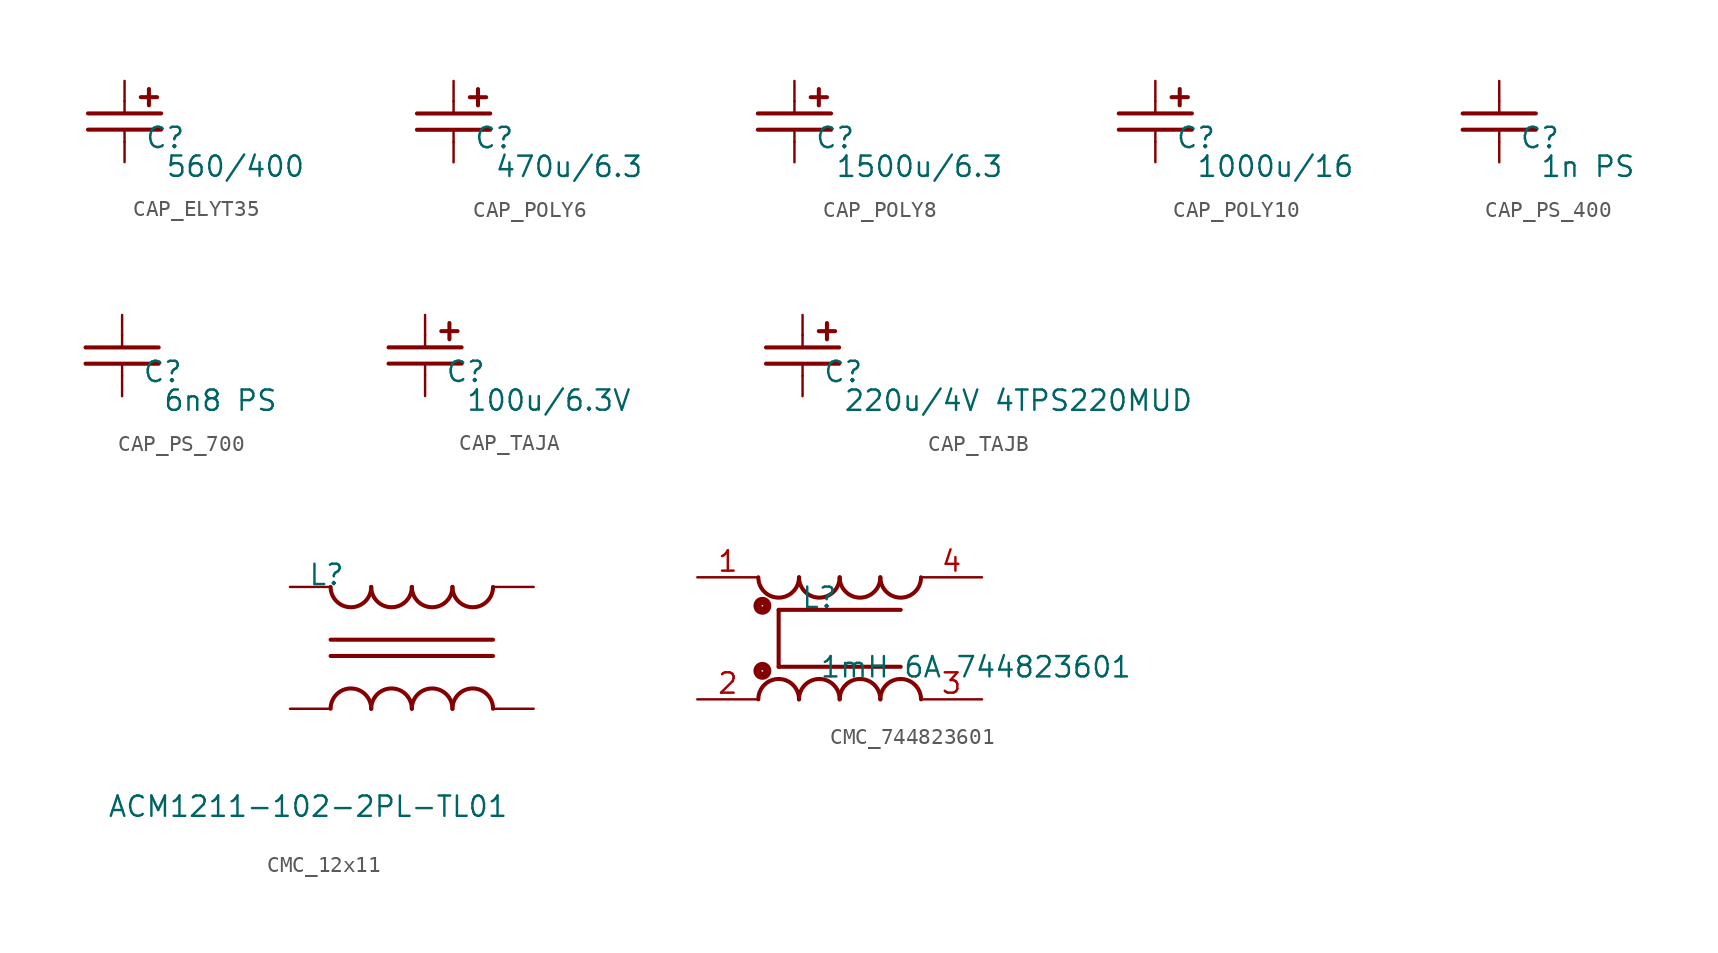
<source format=kicad_sym>
(kicad_symbol_lib
  (version 20231120)
  (generator "kicad_symbol_editor")
  (generator_version "8.0")
  (symbol "CAP_ELYT35"
    (property "Reference" "C"
      (at 2.54 -1.016 0)
      (effects (font (size 1.27 1.27))))
    (property "Value" "560/400"
      (at 2.54 -3.556 0)
      (effects (font (size 1.27 1.27)) (justify left bottom)))
    (symbol "CAP_ELYT35_1_0"
      (polyline (pts (xy -2.286 -0.508) (xy 2.286 -0.508)) (stroke (width 0.254) (type solid)) (fill (type none)))
      (polyline (pts (xy -2.286 0.508) (xy 2.286 0.508)) (stroke (width 0.254) (type solid)) (fill (type none)))
      (polyline (pts (xy 0 -0.508) (xy 0 -1.27)) (stroke (width 0) (type solid)) (fill (type none)))
      (polyline (pts (xy 0 1.27) (xy 0 0.508)) (stroke (width 0) (type solid)) (fill (type none)))
      (polyline (pts (xy 1.016 1.524) (xy 2.032 1.524)) (stroke (width 0.254) (type solid)) (fill (type none)))
      (polyline (pts (xy 1.524 1.016) (xy 1.524 2.032)) (stroke (width 0.254) (type solid)) (fill (type none)))
      (pin passive line (at 0 2.54 270) (length 1.27) (name "" (effects (font (size 0 0)))) (number "1" (effects (font (size 0 0)))))
      (pin passive line (at 0 -2.54 90) (length 1.27) (name "" (effects (font (size 0 0)))) (number "2" (effects (font (size 0 0)))))))
  (symbol "CAP_POLY6"
    (property "Reference" "C"
      (at 2.54 -1.016 0)
      (effects (font (size 1.27 1.27))))
    (property "Value" "470u/6.3"
      (at 2.54 -3.556 0)
      (effects (font (size 1.27 1.27)) (justify left bottom)))
    (symbol "CAP_POLY6_1_0"
      (polyline (pts (xy -2.286 -0.508) (xy 2.286 -0.508)) (stroke (width 0.254) (type solid)) (fill (type none)))
      (polyline (pts (xy -2.286 0.508) (xy 2.286 0.508)) (stroke (width 0.254) (type solid)) (fill (type none)))
      (polyline (pts (xy 0 -0.508) (xy 0 -1.27)) (stroke (width 0) (type solid)) (fill (type none)))
      (polyline (pts (xy 0 1.27) (xy 0 0.508)) (stroke (width 0) (type solid)) (fill (type none)))
      (polyline (pts (xy 1.016 1.524) (xy 2.032 1.524)) (stroke (width 0.254) (type solid)) (fill (type none)))
      (polyline (pts (xy 1.524 1.016) (xy 1.524 2.032)) (stroke (width 0.254) (type solid)) (fill (type none)))
      (pin passive line (at 0 2.54 270) (length 1.27) (name "" (effects (font (size 0 0)))) (number "1" (effects (font (size 0 0)))))
      (pin passive line (at 0 -2.54 90) (length 1.27) (name "" (effects (font (size 0 0)))) (number "2" (effects (font (size 0 0)))))))
  (symbol "CAP_POLY8"
    (property "Reference" "C"
      (at 2.54 -1.016 0)
      (effects (font (size 1.27 1.27))))
    (property "Value" "1500u/6.3"
      (at 2.54 -3.556 0)
      (effects (font (size 1.27 1.27)) (justify left bottom)))
    (symbol "CAP_POLY8_1_0"
      (polyline (pts (xy -2.286 -0.508) (xy 2.286 -0.508)) (stroke (width 0.254) (type solid)) (fill (type none)))
      (polyline (pts (xy -2.286 0.508) (xy 2.286 0.508)) (stroke (width 0.254) (type solid)) (fill (type none)))
      (polyline (pts (xy 0 -0.508) (xy 0 -1.27)) (stroke (width 0) (type solid)) (fill (type none)))
      (polyline (pts (xy 0 1.27) (xy 0 0.508)) (stroke (width 0) (type solid)) (fill (type none)))
      (polyline (pts (xy 1.016 1.524) (xy 2.032 1.524)) (stroke (width 0.254) (type solid)) (fill (type none)))
      (polyline (pts (xy 1.524 1.016) (xy 1.524 2.032)) (stroke (width 0.254) (type solid)) (fill (type none)))
      (pin passive line (at 0 2.54 270) (length 1.27) (name "" (effects (font (size 0 0)))) (number "1" (effects (font (size 0 0)))))
      (pin passive line (at 0 -2.54 90) (length 1.27) (name "" (effects (font (size 0 0)))) (number "2" (effects (font (size 0 0)))))))
  (symbol "CAP_POLY10"
    (property "Reference" "C"
      (at 2.54 -1.016 0)
      (effects (font (size 1.27 1.27))))
    (property "Value" "1000u/16"
      (at 2.54 -3.556 0)
      (effects (font (size 1.27 1.27)) (justify left bottom)))
    (symbol "CAP_POLY10_1_0"
      (polyline (pts (xy -2.286 -0.508) (xy 2.286 -0.508)) (stroke (width 0.254) (type solid)) (fill (type none)))
      (polyline (pts (xy -2.286 0.508) (xy 2.286 0.508)) (stroke (width 0.254) (type solid)) (fill (type none)))
      (polyline (pts (xy 0 -0.508) (xy 0 -1.27)) (stroke (width 0) (type solid)) (fill (type none)))
      (polyline (pts (xy 0 1.27) (xy 0 0.508)) (stroke (width 0) (type solid)) (fill (type none)))
      (polyline (pts (xy 1.016 1.524) (xy 2.032 1.524)) (stroke (width 0.254) (type solid)) (fill (type none)))
      (polyline (pts (xy 1.524 1.016) (xy 1.524 2.032)) (stroke (width 0.254) (type solid)) (fill (type none)))
      (pin passive line (at 0 2.54 270) (length 1.27) (name "" (effects (font (size 0 0)))) (number "1" (effects (font (size 0 0)))))
      (pin passive line (at 0 -2.54 90) (length 1.27) (name "" (effects (font (size 0 0)))) (number "2" (effects (font (size 0 0)))))))
  (symbol "CAP_PS_400"
    (property "Reference" "C"
      (at 2.54 -1.016 0)
      (effects (font (size 1.27 1.27))))
    (property "Value" "1n PS"
      (at 2.54 -3.556 0)
      (effects (font (size 1.27 1.27)) (justify left bottom)))
    (symbol "CAP_PS_400_1_0"
      (polyline (pts (xy -2.286 -0.508) (xy 2.286 -0.508)) (stroke (width 0.254) (type solid)) (fill (type none)))
      (polyline (pts (xy -2.286 0.508) (xy 2.286 0.508)) (stroke (width 0.254) (type solid)) (fill (type none)))
      (polyline (pts (xy 0 -0.508) (xy 0 -1.27)) (stroke (width 0) (type solid)) (fill (type none)))
      (polyline (pts (xy 0 1.27) (xy 0 0.508)) (stroke (width 0) (type solid)) (fill (type none)))
      (pin passive line (at 0 2.54 270) (length 1.27) (name "" (effects (font (size 0 0)))) (number "1" (effects (font (size 0 0)))))
      (pin passive line (at 0 -2.54 90) (length 1.27) (name "" (effects (font (size 0 0)))) (number "2" (effects (font (size 0 0)))))))
  (symbol "CAP_PS_700"
    (property "Reference" "C"
      (at 2.54 -1.016 0)
      (effects (font (size 1.27 1.27))))
    (property "Value" "6n8 PS"
      (at 2.54 -3.556 0)
      (effects (font (size 1.27 1.27)) (justify left bottom)))
    (symbol "CAP_PS_700_1_0"
      (polyline (pts (xy -2.286 -0.508) (xy 2.286 -0.508)) (stroke (width 0.254) (type solid)) (fill (type none)))
      (polyline (pts (xy -2.286 0.508) (xy 2.286 0.508)) (stroke (width 0.254) (type solid)) (fill (type none)))
      (polyline (pts (xy 0 -0.508) (xy 0 -1.27)) (stroke (width 0) (type solid)) (fill (type none)))
      (polyline (pts (xy 0 1.27) (xy 0 0.508)) (stroke (width 0) (type solid)) (fill (type none)))
      (pin passive line (at 0 2.54 270) (length 1.27) (name "" (effects (font (size 0 0)))) (number "1" (effects (font (size 0 0)))))
      (pin passive line (at 0 -2.54 90) (length 1.27) (name "" (effects (font (size 0 0)))) (number "2" (effects (font (size 0 0)))))))
  (symbol "CAP_TAJA"
    (property "Reference" "C"
      (at 2.54 -1.016 0)
      (effects (font (size 1.27 1.27))))
    (property "Value" "100u/6.3V"
      (at 2.54 -3.556 0)
      (effects (font (size 1.27 1.27)) (justify left bottom)))
    (symbol "CAP_TAJA_1_0"
      (polyline (pts (xy -2.286 -0.508) (xy 2.286 -0.508)) (stroke (width 0.254) (type solid)) (fill (type none)))
      (polyline (pts (xy -2.286 0.508) (xy 2.286 0.508)) (stroke (width 0.254) (type solid)) (fill (type none)))
      (polyline (pts (xy 0 -0.508) (xy 0 -1.27)) (stroke (width 0) (type solid)) (fill (type none)))
      (polyline (pts (xy 0 1.27) (xy 0 0.508)) (stroke (width 0) (type solid)) (fill (type none)))
      (polyline (pts (xy 1.016 1.524) (xy 2.032 1.524)) (stroke (width 0.254) (type solid)) (fill (type none)))
      (polyline (pts (xy 1.524 1.016) (xy 1.524 2.032)) (stroke (width 0.254) (type solid)) (fill (type none)))
      (pin passive line (at 0 2.54 270) (length 1.27) (name "" (effects (font (size 0 0)))) (number "1" (effects (font (size 0 0)))))
      (pin passive line (at 0 -2.54 90) (length 1.27) (name "" (effects (font (size 0 0)))) (number "2" (effects (font (size 0 0)))))))
  (symbol "CAP_TAJB"
    (property "Reference" "C"
      (at 2.54 -1.016 0)
      (effects (font (size 1.27 1.27))))
    (property "Value" "220u/4V 4TPS220MUD"
      (at 2.54 -3.556 0)
      (effects (font (size 1.27 1.27)) (justify left bottom)))
    (symbol "CAP_TAJB_1_0"
      (polyline (pts (xy -2.286 -0.508) (xy 2.286 -0.508)) (stroke (width 0.254) (type solid)) (fill (type none)))
      (polyline (pts (xy -2.286 0.508) (xy 2.286 0.508)) (stroke (width 0.254) (type solid)) (fill (type none)))
      (polyline (pts (xy 0 -0.508) (xy 0 -1.27)) (stroke (width 0) (type solid)) (fill (type none)))
      (polyline (pts (xy 0 1.27) (xy 0 0.508)) (stroke (width 0) (type solid)) (fill (type none)))
      (polyline (pts (xy 1.016 1.524) (xy 2.032 1.524)) (stroke (width 0.254) (type solid)) (fill (type none)))
      (polyline (pts (xy 1.524 1.016) (xy 1.524 2.032)) (stroke (width 0.254) (type solid)) (fill (type none)))
      (pin passive line (at 0 2.54 270) (length 1.27) (name "" (effects (font (size 0 0)))) (number "1" (effects (font (size 0 0)))))
      (pin passive line (at 0 -2.54 90) (length 1.27) (name "" (effects (font (size 0 0)))) (number "2" (effects (font (size 0 0)))))))
  (symbol "CMC_12x11"
    (property "Reference" "L"
      (at -5.334 3.302 0)
      (effects (font (size 1.27 1.27))))
    (property "Value" "ACM1211-102-2PL-TL01"
      (at -19.05 -11.938 0)
      (effects (font (size 1.27 1.27)) (justify left bottom)))
    (symbol "CMC_12x11_1_0"
      (arc (start -5.08 2.54) (mid -3.81 1.27) (end -2.54 2.54) (stroke (width 0.254) (type solid)) (fill (type none)))
      (arc (start -2.54 -5.08) (mid -3.81 -3.81) (end -5.08 -5.08) (stroke (width 0.254) (type solid)) (fill (type none)))
      (arc (start -2.54 2.54) (mid -1.27 1.27) (end 0 2.54) (stroke (width 0.254) (type solid)) (fill (type none)))
      (arc (start 0 -5.08) (mid -1.27 -3.81) (end -2.54 -5.08) (stroke (width 0.254) (type solid)) (fill (type none)))
      (polyline (pts (xy 5.08 -1.778) (xy -5.08 -1.778)) (stroke (width 0.254) (type solid)) (fill (type none)))
      (polyline (pts (xy 5.08 -0.762) (xy -5.08 -0.762)) (stroke (width 0.254) (type solid)) (fill (type none)))
      (arc (start 0 2.54) (mid 1.27 1.27) (end 2.54 2.54) (stroke (width 0.254) (type solid)) (fill (type none)))
      (arc (start 2.54 -5.08) (mid 1.27 -3.81) (end 0 -5.08) (stroke (width 0.254) (type solid)) (fill (type none)))
      (arc (start 2.54 2.54) (mid 3.81 1.27) (end 5.08 2.54) (stroke (width 0.254) (type solid)) (fill (type none)))
      (arc (start 5.08 -5.08) (mid 3.81 -3.81) (end 2.54 -5.08) (stroke (width 0.254) (type solid)) (fill (type none)))
      (pin passive line (at -7.62 2.54 0) (length 2.54) (name "2" (effects (font (size 0 0)))) (number "1" (effects (font (size 0 0)))))
      (pin passive line (at -7.62 -5.08 0) (length 2.54) (name "1" (effects (font (size 0 0)))) (number "2" (effects (font (size 0 0)))))
      (pin passive line (at 7.62 -5.08 180) (length 2.54) (name "3" (effects (font (size 0 0)))) (number "3" (effects (font (size 0 0)))))
      (pin passive line (at 7.62 2.54 180) (length 2.54) (name "1" (effects (font (size 0 0)))) (number "4" (effects (font (size 0 0)))))))
  (symbol "CMC_744823601"
    (property "Reference" "L"
      (at -1.27 1.27 0)
      (effects (font (size 1.27 1.27))))
    (property "Value" "1mH 6A 744823601"
      (at -1.27 -3.81 0)
      (effects (font (size 1.27 1.27)) (justify left bottom)))
    (symbol "CMC_744823601_1_0"
      (arc (start -5.08 2.54) (mid -3.81 1.27) (end -2.54 2.54) (stroke (width 0.254) (type solid)) (fill (type none)))
      (circle (center -4.826 -3.302) (radius 0.051) (stroke (width 0.508) (type solid)) (fill (type none)))
      (circle (center -4.826 0.762) (radius 0.051) (stroke (width 0.508) (type solid)) (fill (type none)))
      (arc (start -2.54 -5.08) (mid -3.81 -3.81) (end -5.08 -5.08) (stroke (width 0.254) (type solid)) (fill (type none)))
      (arc (start -2.54 2.54) (mid -1.27 1.27) (end 0 2.54) (stroke (width 0.254) (type solid)) (fill (type none)))
      (arc (start 0 -5.08) (mid -1.27 -3.81) (end -2.54 -5.08) (stroke (width 0.254) (type solid)) (fill (type none)))
      (polyline (pts (xy -3.81 -3.048) (xy -3.81 0.508)) (stroke (width 0.254) (type solid)) (fill (type none)))
      (polyline (pts (xy -3.81 -3.048) (xy 3.81 -3.048)) (stroke (width 0.254) (type solid)) (fill (type none)))
      (polyline (pts (xy -3.81 0.508) (xy 3.81 0.508)) (stroke (width 0.254) (type solid)) (fill (type none)))
      (arc (start 0 2.54) (mid 1.27 1.27) (end 2.54 2.54) (stroke (width 0.254) (type solid)) (fill (type none)))
      (arc (start 2.54 -5.08) (mid 1.27 -3.81) (end 0 -5.08) (stroke (width 0.254) (type solid)) (fill (type none)))
      (arc (start 2.54 2.54) (mid 3.81 1.27) (end 5.08 2.54) (stroke (width 0.254) (type solid)) (fill (type none)))
      (arc (start 5.08 -5.08) (mid 3.81 -3.81) (end 2.54 -5.08) (stroke (width 0.254) (type solid)) (fill (type none)))
      (pin passive line (at -8.89 2.54 0) (length 3.81) (name "1" (effects (font (size 0 0)))) (number "1" (effects (font (size 1.27 1.27)))))
      (pin passive line (at -8.89 -5.08 0) (length 3.81) (name "2" (effects (font (size 0 0)))) (number "2" (effects (font (size 1.27 1.27)))))
      (pin passive line (at 8.89 -5.08 180) (length 3.81) (name "3" (effects (font (size 0 0)))) (number "3" (effects (font (size 1.27 1.27)))))
      (pin passive line (at 8.89 2.54 180) (length 3.81) (name "4" (effects (font (size 0 0)))) (number "4" (effects (font (size 1.27 1.27))))))))
</source>
